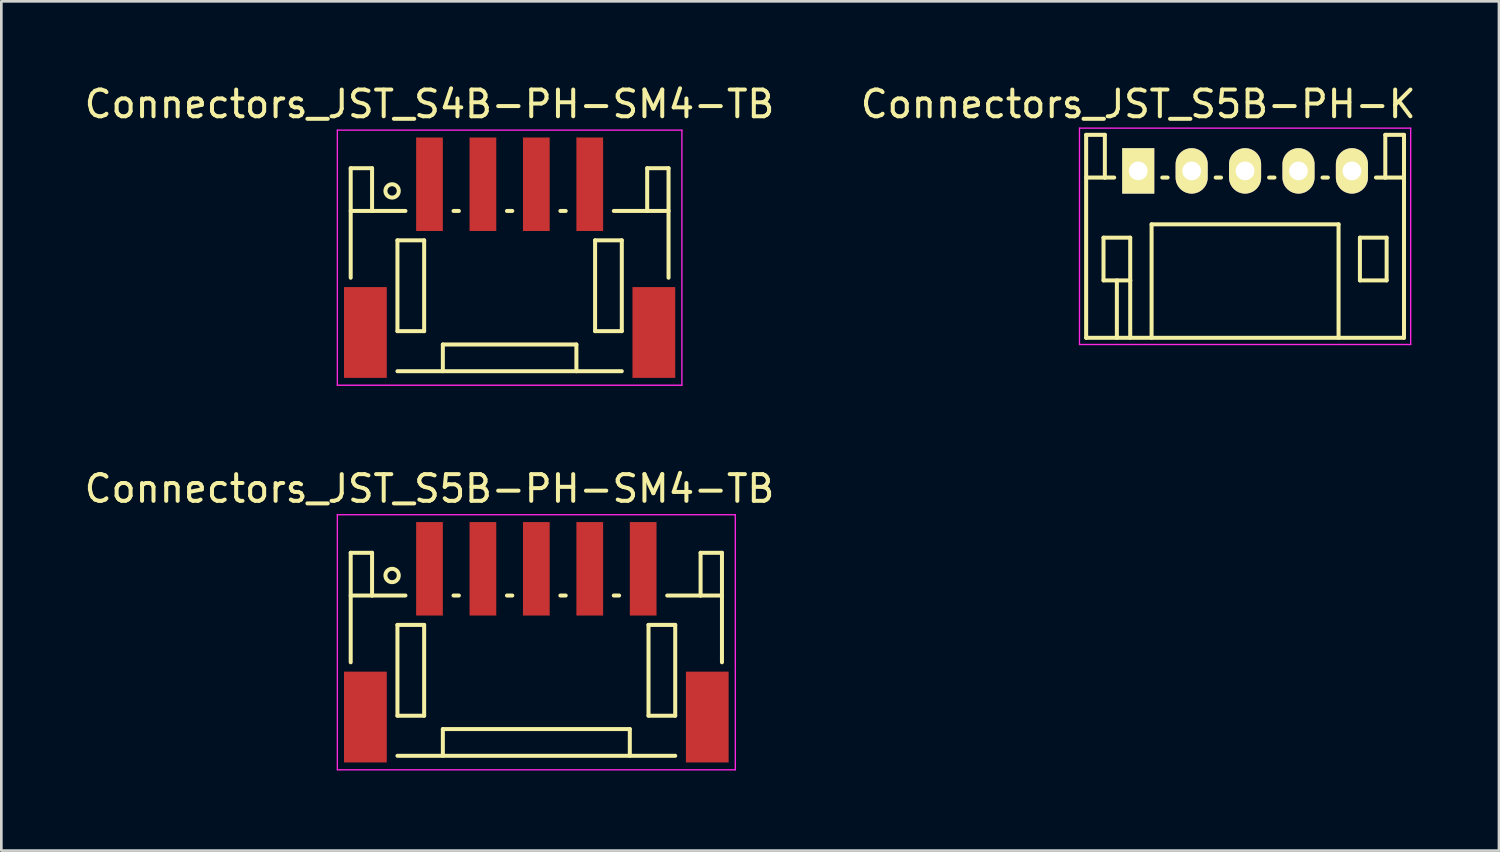
<source format=kicad_pcb>
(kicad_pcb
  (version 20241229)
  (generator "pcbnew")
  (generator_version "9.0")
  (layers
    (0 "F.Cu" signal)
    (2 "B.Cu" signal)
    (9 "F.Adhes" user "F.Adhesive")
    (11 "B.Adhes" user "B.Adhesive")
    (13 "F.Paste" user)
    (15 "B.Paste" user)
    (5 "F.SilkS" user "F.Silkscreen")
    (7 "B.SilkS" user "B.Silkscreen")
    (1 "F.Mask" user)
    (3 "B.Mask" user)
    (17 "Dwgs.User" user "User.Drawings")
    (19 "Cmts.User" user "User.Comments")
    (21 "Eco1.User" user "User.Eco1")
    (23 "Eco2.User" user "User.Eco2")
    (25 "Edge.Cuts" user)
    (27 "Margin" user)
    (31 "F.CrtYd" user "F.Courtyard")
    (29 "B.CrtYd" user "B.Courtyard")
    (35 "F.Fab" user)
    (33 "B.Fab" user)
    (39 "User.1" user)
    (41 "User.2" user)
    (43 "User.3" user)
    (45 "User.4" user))
  (footprint "Connectors_JST_S4B-PH-SM4-TB"
    (layer "F.Cu")
    (at 16.03 6.623)
    (property "Reference" "Connectors_JST_S4B-PH-SM4-TB" (at -3 -5.775 0) (layer "F.SilkS") (effects (font (size 1 1) (thickness 0.15))))
    (attr smd)
    (fp_line (start -5.95 -3.375) (end -5.95 0.725) (stroke (width 0.15) (type solid)) (layer "F.SilkS"))
    (fp_line (start -5.15 -3.375) (end -5.95 -3.375) (stroke (width 0.15) (type solid)) (layer "F.SilkS"))
    (fp_line (start -5.15 -1.775) (end -5.95 -1.775) (stroke (width 0.15) (type solid)) (layer "F.SilkS"))
    (fp_line (start -5.15 -1.775) (end -5.15 -3.375) (stroke (width 0.15) (type solid)) (layer "F.SilkS"))
    (fp_line (start -4.2 -0.675) (end -4.2 2.725) (stroke (width 0.15) (type solid)) (layer "F.SilkS"))
    (fp_line (start -4.2 2.725) (end -3.2 2.725) (stroke (width 0.15) (type solid)) (layer "F.SilkS"))
    (fp_line (start -4.2 4.225) (end 4.2 4.225) (stroke (width 0.15) (type solid)) (layer "F.SilkS"))
    (fp_line (start -3.9 -1.775) (end -5.15 -1.775) (stroke (width 0.15) (type solid)) (layer "F.SilkS"))
    (fp_line (start -3.2 -0.675) (end -4.2 -0.675) (stroke (width 0.15) (type solid)) (layer "F.SilkS"))
    (fp_line (start -3.2 2.725) (end -3.2 -0.675) (stroke (width 0.15) (type solid)) (layer "F.SilkS"))
    (fp_line (start -2.5 3.225) (end 2.5 3.225) (stroke (width 0.15) (type solid)) (layer "F.SilkS"))
    (fp_line (start -2.5 4.225) (end -2.5 3.225) (stroke (width 0.15) (type solid)) (layer "F.SilkS"))
    (fp_line (start -2.1 -1.775) (end -1.9 -1.775) (stroke (width 0.15) (type solid)) (layer "F.SilkS"))
    (fp_line (start -0.1 -1.775) (end 0.1 -1.775) (stroke (width 0.15) (type solid)) (layer "F.SilkS"))
    (fp_line (start 1.9 -1.775) (end 2.1 -1.775) (stroke (width 0.15) (type solid)) (layer "F.SilkS"))
    (fp_line (start 2.5 3.225) (end 2.5 4.225) (stroke (width 0.15) (type solid)) (layer "F.SilkS"))
    (fp_line (start 3.2 -0.675) (end 4.2 -0.675) (stroke (width 0.15) (type solid)) (layer "F.SilkS"))
    (fp_line (start 3.2 2.725) (end 3.2 -0.675) (stroke (width 0.15) (type solid)) (layer "F.SilkS"))
    (fp_line (start 3.9 -1.775) (end 5.15 -1.775) (stroke (width 0.15) (type solid)) (layer "F.SilkS"))
    (fp_line (start 4.2 -0.675) (end 4.2 2.725) (stroke (width 0.15) (type solid)) (layer "F.SilkS"))
    (fp_line (start 4.2 2.725) (end 3.2 2.725) (stroke (width 0.15) (type solid)) (layer "F.SilkS"))
    (fp_line (start 5.15 -3.375) (end 5.95 -3.375) (stroke (width 0.15) (type solid)) (layer "F.SilkS"))
    (fp_line (start 5.15 -1.775) (end 5.15 -3.375) (stroke (width 0.15) (type solid)) (layer "F.SilkS"))
    (fp_line (start 5.15 -1.775) (end 5.95 -1.775) (stroke (width 0.15) (type solid)) (layer "F.SilkS"))
    (fp_line (start 5.95 -3.375) (end 5.95 0.725) (stroke (width 0.15) (type solid)) (layer "F.SilkS"))
    (fp_circle (center -4.4 -2.525) (end -4.15 -2.525) (stroke (width 0.15) (type solid)) (fill no) (layer "F.SilkS"))
    (fp_line (start -6.45 -4.8) (end 6.45 -4.8) (stroke (width 0.05) (type solid)) (layer "F.CrtYd"))
    (fp_line (start -6.45 4.75) (end -6.45 -4.8) (stroke (width 0.05) (type solid)) (layer "F.CrtYd"))
    (fp_line (start 6.45 -4.8) (end 6.45 4.75) (stroke (width 0.05) (type solid)) (layer "F.CrtYd"))
    (fp_line (start 6.45 4.75) (end -6.45 4.75) (stroke (width 0.05) (type solid)) (layer "F.CrtYd"))
    (pad "" smd rect (at -5.4 2.775) (size 1.6 3.4) (layers "F.Cu" "F.Mask" "F.Paste"))
    (pad "" smd rect (at 5.4 2.775) (size 1.6 3.4) (layers "F.Cu" "F.Mask" "F.Paste"))
    (pad "1" smd rect (at -3 -2.775) (size 1 3.5) (layers "F.Cu" "F.Mask" "F.Paste"))
    (pad "2" smd rect (at -1 -2.775) (size 1 3.5) (layers "F.Cu" "F.Mask" "F.Paste"))
    (pad "3" smd rect (at 1 -2.775) (size 1 3.5) (layers "F.Cu" "F.Mask" "F.Paste"))
    (pad "4" smd rect (at 3 -2.775) (size 1 3.5) (layers "F.Cu" "F.Mask" "F.Paste")))
  (footprint "Connectors_JST_S5B-PH-K"
    (layer "F.Cu")
    (at 39.565 3.348)
    (property "Reference" "Connectors_JST_S5B-PH-K" (at 0 -2.5 0) (layer "F.SilkS") (effects (font (size 1 1) (thickness 0.15))))
    (attr through_hole)
    (fp_line (start -1.95 -1.35) (end -1.95 6.25) (stroke (width 0.15) (type solid)) (layer "F.SilkS"))
    (fp_line (start -1.95 0.25) (end -1.25 0.25) (stroke (width 0.15) (type solid)) (layer "F.SilkS"))
    (fp_line (start -1.95 6.25) (end 9.95 6.25) (stroke (width 0.15) (type solid)) (layer "F.SilkS"))
    (fp_line (start -1.3 2.5) (end -1.3 4.1) (stroke (width 0.15) (type solid)) (layer "F.SilkS"))
    (fp_line (start -1.3 4.1) (end -0.3 4.1) (stroke (width 0.15) (type solid)) (layer "F.SilkS"))
    (fp_line (start -1.25 -1.35) (end -1.95 -1.35) (stroke (width 0.15) (type solid)) (layer "F.SilkS"))
    (fp_line (start -1.25 0.25) (end -1.25 -1.35) (stroke (width 0.15) (type solid)) (layer "F.SilkS"))
    (fp_line (start -0.9 0.25) (end -1.25 0.25) (stroke (width 0.15) (type solid)) (layer "F.SilkS"))
    (fp_line (start -0.8 4.1) (end -0.8 6.25) (stroke (width 0.15) (type solid)) (layer "F.SilkS"))
    (fp_line (start -0.3 2.5) (end -1.3 2.5) (stroke (width 0.15) (type solid)) (layer "F.SilkS"))
    (fp_line (start -0.3 4.1) (end -0.3 2.5) (stroke (width 0.15) (type solid)) (layer "F.SilkS"))
    (fp_line (start -0.3 4.1) (end -0.3 6.25) (stroke (width 0.15) (type solid)) (layer "F.SilkS"))
    (fp_line (start 0.5 2) (end 7.5 2) (stroke (width 0.15) (type solid)) (layer "F.SilkS"))
    (fp_line (start 0.5 6.25) (end 0.5 2) (stroke (width 0.15) (type solid)) (layer "F.SilkS"))
    (fp_line (start 0.9 0.25) (end 1.1 0.25) (stroke (width 0.15) (type solid)) (layer "F.SilkS"))
    (fp_line (start 2.9 0.25) (end 3.1 0.25) (stroke (width 0.15) (type solid)) (layer "F.SilkS"))
    (fp_line (start 4.9 0.25) (end 5.1 0.25) (stroke (width 0.15) (type solid)) (layer "F.SilkS"))
    (fp_line (start 6.9 0.25) (end 7.1 0.25) (stroke (width 0.15) (type solid)) (layer "F.SilkS"))
    (fp_line (start 7.5 2) (end 7.5 6.25) (stroke (width 0.15) (type solid)) (layer "F.SilkS"))
    (fp_line (start 8.3 2.5) (end 9.3 2.5) (stroke (width 0.15) (type solid)) (layer "F.SilkS"))
    (fp_line (start 8.3 4.1) (end 8.3 2.5) (stroke (width 0.15) (type solid)) (layer "F.SilkS"))
    (fp_line (start 9.25 -1.35) (end 9.25 0.25) (stroke (width 0.15) (type solid)) (layer "F.SilkS"))
    (fp_line (start 9.25 0.25) (end 8.9 0.25) (stroke (width 0.15) (type solid)) (layer "F.SilkS"))
    (fp_line (start 9.3 2.5) (end 9.3 4.1) (stroke (width 0.15) (type solid)) (layer "F.SilkS"))
    (fp_line (start 9.3 4.1) (end 8.3 4.1) (stroke (width 0.15) (type solid)) (layer "F.SilkS"))
    (fp_line (start 9.95 -1.35) (end 9.25 -1.35) (stroke (width 0.15) (type solid)) (layer "F.SilkS"))
    (fp_line (start 9.95 0.25) (end 9.25 0.25) (stroke (width 0.15) (type solid)) (layer "F.SilkS"))
    (fp_line (start 9.95 6.25) (end 9.95 -1.35) (stroke (width 0.15) (type solid)) (layer "F.SilkS"))
    (fp_line (start -2.2 -1.6) (end 10.2 -1.6) (stroke (width 0.05) (type solid)) (layer "F.CrtYd"))
    (fp_line (start -2.2 6.5) (end -2.2 -1.6) (stroke (width 0.05) (type solid)) (layer "F.CrtYd"))
    (fp_line (start 10.2 -1.6) (end 10.2 6.5) (stroke (width 0.05) (type solid)) (layer "F.CrtYd"))
    (fp_line (start 10.2 6.5) (end -2.2 6.5) (stroke (width 0.05) (type solid)) (layer "F.CrtYd"))
    (pad "1" thru_hole rect (at 0 0) (size 1.2 1.7) (drill 0.7) (layers "*.Cu" "*.Mask" "F.SilkS"))
    (pad "2" thru_hole oval (at 2 0) (size 1.2 1.7) (drill 0.7) (layers "*.Cu" "*.Mask" "F.SilkS"))
    (pad "3" thru_hole oval (at 4 0) (size 1.2 1.7) (drill 0.7) (layers "*.Cu" "*.Mask" "F.SilkS"))
    (pad "4" thru_hole oval (at 6 0) (size 1.2 1.7) (drill 0.7) (layers "*.Cu" "*.Mask" "F.SilkS"))
    (pad "5" thru_hole oval (at 8 0) (size 1.2 1.7) (drill 0.7) (layers "*.Cu" "*.Mask" "F.SilkS")))
  (footprint "Connectors_JST_S5B-PH-SM4-TB"
    (layer "F.Cu")
    (at 17.03 21.021)
    (property "Reference" "Connectors_JST_S5B-PH-SM4-TB" (at -4 -5.775 0) (layer "F.SilkS") (effects (font (size 1 1) (thickness 0.15))))
    (attr smd)
    (fp_line (start -6.95 -3.375) (end -6.95 0.725) (stroke (width 0.15) (type solid)) (layer "F.SilkS"))
    (fp_line (start -6.15 -3.375) (end -6.95 -3.375) (stroke (width 0.15) (type solid)) (layer "F.SilkS"))
    (fp_line (start -6.15 -1.775) (end -6.95 -1.775) (stroke (width 0.15) (type solid)) (layer "F.SilkS"))
    (fp_line (start -6.15 -1.775) (end -6.15 -3.375) (stroke (width 0.15) (type solid)) (layer "F.SilkS"))
    (fp_line (start -5.2 -0.675) (end -5.2 2.725) (stroke (width 0.15) (type solid)) (layer "F.SilkS"))
    (fp_line (start -5.2 2.725) (end -4.2 2.725) (stroke (width 0.15) (type solid)) (layer "F.SilkS"))
    (fp_line (start -5.2 4.225) (end 5.2 4.225) (stroke (width 0.15) (type solid)) (layer "F.SilkS"))
    (fp_line (start -4.9 -1.775) (end -6.15 -1.775) (stroke (width 0.15) (type solid)) (layer "F.SilkS"))
    (fp_line (start -4.2 -0.675) (end -5.2 -0.675) (stroke (width 0.15) (type solid)) (layer "F.SilkS"))
    (fp_line (start -4.2 2.725) (end -4.2 -0.675) (stroke (width 0.15) (type solid)) (layer "F.SilkS"))
    (fp_line (start -3.5 3.225) (end 3.5 3.225) (stroke (width 0.15) (type solid)) (layer "F.SilkS"))
    (fp_line (start -3.5 4.225) (end -3.5 3.225) (stroke (width 0.15) (type solid)) (layer "F.SilkS"))
    (fp_line (start -3.1 -1.775) (end -2.9 -1.775) (stroke (width 0.15) (type solid)) (layer "F.SilkS"))
    (fp_line (start -1.1 -1.775) (end -0.9 -1.775) (stroke (width 0.15) (type solid)) (layer "F.SilkS"))
    (fp_line (start 0.9 -1.775) (end 1.1 -1.775) (stroke (width 0.15) (type solid)) (layer "F.SilkS"))
    (fp_line (start 2.9 -1.775) (end 3.1 -1.775) (stroke (width 0.15) (type solid)) (layer "F.SilkS"))
    (fp_line (start 3.5 3.225) (end 3.5 4.225) (stroke (width 0.15) (type solid)) (layer "F.SilkS"))
    (fp_line (start 4.2 -0.675) (end 5.2 -0.675) (stroke (width 0.15) (type solid)) (layer "F.SilkS"))
    (fp_line (start 4.2 2.725) (end 4.2 -0.675) (stroke (width 0.15) (type solid)) (layer "F.SilkS"))
    (fp_line (start 4.9 -1.775) (end 6.15 -1.775) (stroke (width 0.15) (type solid)) (layer "F.SilkS"))
    (fp_line (start 5.2 -0.675) (end 5.2 2.725) (stroke (width 0.15) (type solid)) (layer "F.SilkS"))
    (fp_line (start 5.2 2.725) (end 4.2 2.725) (stroke (width 0.15) (type solid)) (layer "F.SilkS"))
    (fp_line (start 6.15 -3.375) (end 6.95 -3.375) (stroke (width 0.15) (type solid)) (layer "F.SilkS"))
    (fp_line (start 6.15 -1.775) (end 6.15 -3.375) (stroke (width 0.15) (type solid)) (layer "F.SilkS"))
    (fp_line (start 6.15 -1.775) (end 6.95 -1.775) (stroke (width 0.15) (type solid)) (layer "F.SilkS"))
    (fp_line (start 6.95 -3.375) (end 6.95 0.725) (stroke (width 0.15) (type solid)) (layer "F.SilkS"))
    (fp_circle (center -5.4 -2.525) (end -5.15 -2.525) (stroke (width 0.15) (type solid)) (fill no) (layer "F.SilkS"))
    (fp_line (start -7.45 -4.8) (end 7.45 -4.8) (stroke (width 0.05) (type solid)) (layer "F.CrtYd"))
    (fp_line (start -7.45 4.75) (end -7.45 -4.8) (stroke (width 0.05) (type solid)) (layer "F.CrtYd"))
    (fp_line (start 7.45 -4.8) (end 7.45 4.75) (stroke (width 0.05) (type solid)) (layer "F.CrtYd"))
    (fp_line (start 7.45 4.75) (end -7.45 4.75) (stroke (width 0.05) (type solid)) (layer "F.CrtYd"))
    (pad "" smd rect (at -6.4 2.775) (size 1.6 3.4) (layers "F.Cu" "F.Mask" "F.Paste"))
    (pad "" smd rect (at 6.4 2.775) (size 1.6 3.4) (layers "F.Cu" "F.Mask" "F.Paste"))
    (pad "1" smd rect (at -4 -2.775) (size 1 3.5) (layers "F.Cu" "F.Mask" "F.Paste"))
    (pad "2" smd rect (at -2 -2.775) (size 1 3.5) (layers "F.Cu" "F.Mask" "F.Paste"))
    (pad "3" smd rect (at 0 -2.775) (size 1 3.5) (layers "F.Cu" "F.Mask" "F.Paste"))
    (pad "4" smd rect (at 2 -2.775) (size 1 3.5) (layers "F.Cu" "F.Mask" "F.Paste"))
    (pad "5" smd rect (at 4 -2.775) (size 1 3.5) (layers "F.Cu" "F.Mask" "F.Paste")))
  (gr_rect
    (start -3 -3)
    (end 53.071 28.797)
    (stroke (width 0.1) (type default))
    (fill no)
    (layer "Edge.Cuts")))
</source>
